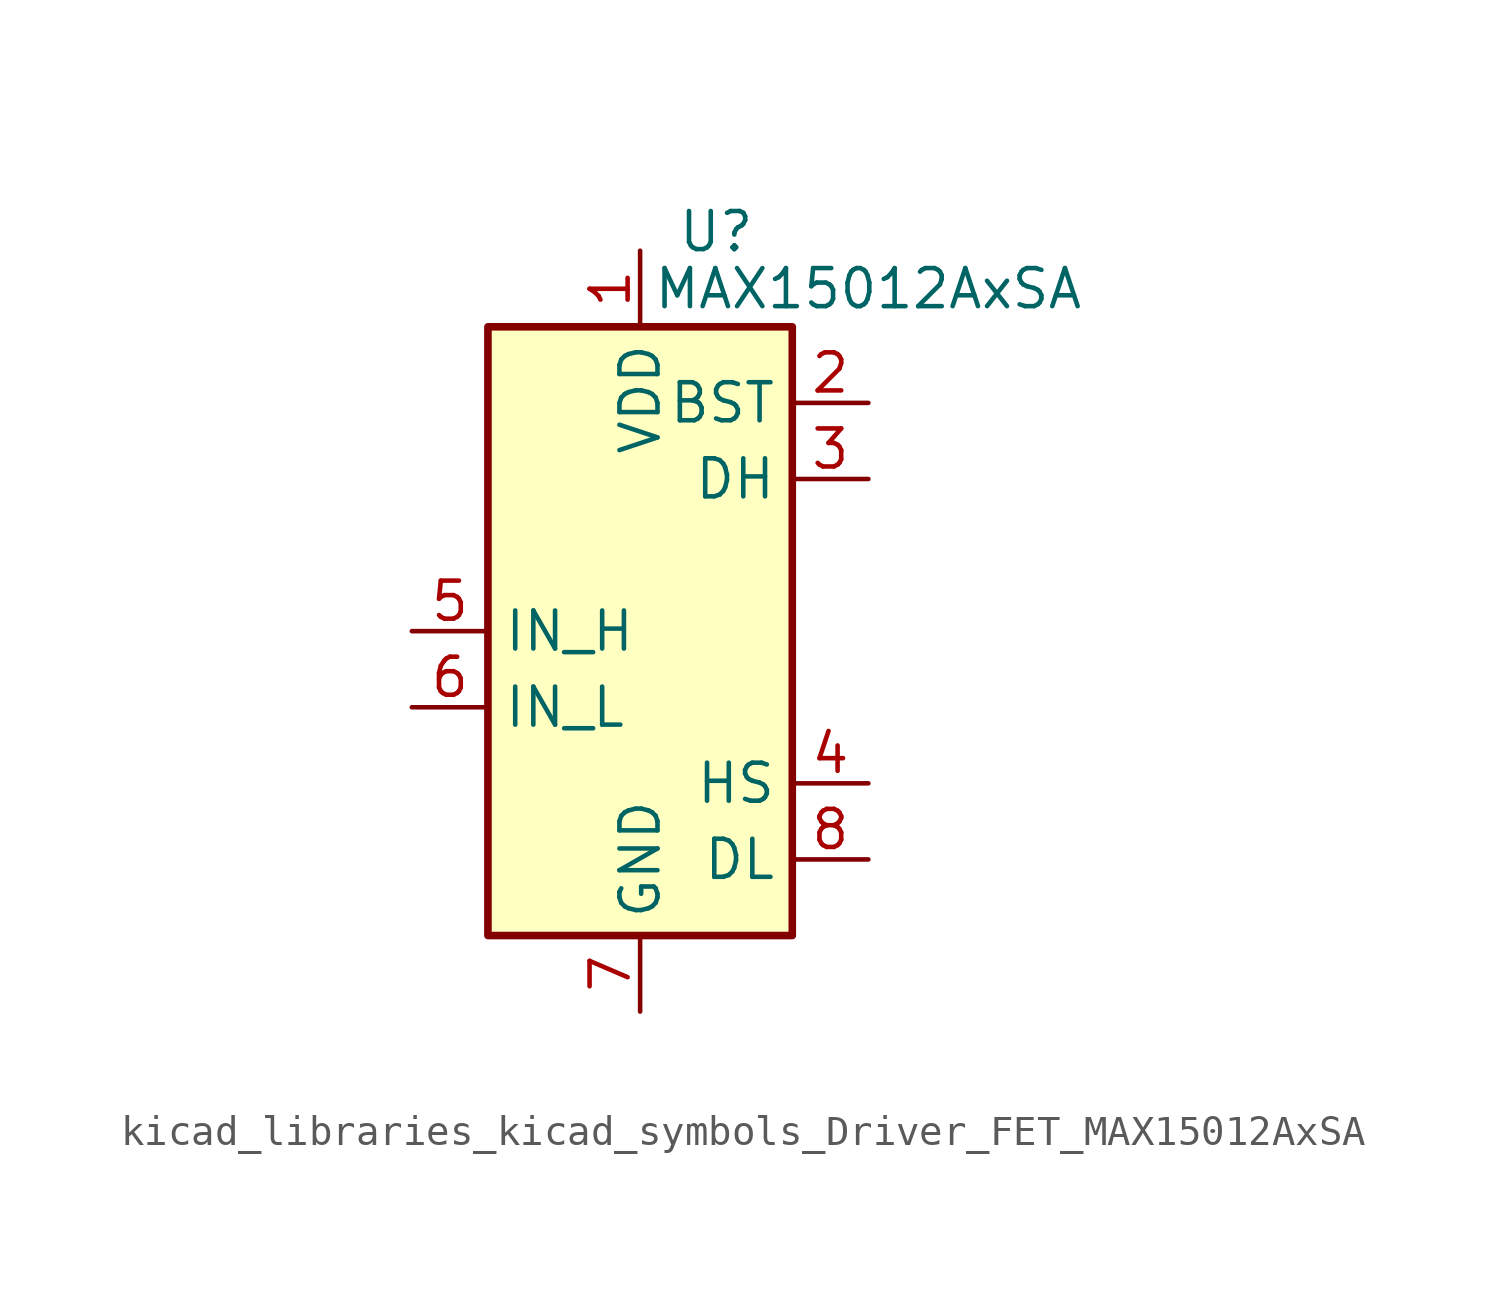
<source format=kicad_sym>
(kicad_symbol_lib
  (version 20220914)
  (generator kicad_symbol_editor)
  (symbol "kicad_libraries_kicad_symbols_Driver_FET_MAX15012AxSA"
    (property "Reference" "U"
      (at 2.54 13.335 0)
      (effects (font (size 1.27 1.27))))
    (property "Value" "MAX15012AxSA"
      (at 7.62 11.43 0)
      (effects (font (size 1.27 1.27))))
    (symbol "kicad_libraries_kicad_symbols_Driver_FET_MAX15012AxSA_0_1"
      (rectangle (start -5.08 -10.16) (end 5.08 10.16) (stroke (width 0.254) (type default)) (fill (type background))))
    (symbol "kicad_libraries_kicad_symbols_Driver_FET_MAX15012AxSA_1_1"
      (pin power_in line (at 0 12.7 270) (length 2.54) (name "VDD" (effects (font (size 1.27 1.27)))) (number "1" (effects (font (size 1.27 1.27)))))
      (pin power_in line (at 7.62 7.62 180) (length 2.54) (name "BST" (effects (font (size 1.27 1.27)))) (number "2" (effects (font (size 1.27 1.27)))))
      (pin output line (at 7.62 5.08 180) (length 2.54) (name "DH" (effects (font (size 1.27 1.27)))) (number "3" (effects (font (size 1.27 1.27)))))
      (pin passive line (at 7.62 -5.08 180) (length 2.54) (name "HS" (effects (font (size 1.27 1.27)))) (number "4" (effects (font (size 1.27 1.27)))))
      (pin input line (at -7.62 0 0) (length 2.54) (name "IN_H" (effects (font (size 1.27 1.27)))) (number "5" (effects (font (size 1.27 1.27)))))
      (pin input line (at -7.62 -2.54 0) (length 2.54) (name "IN_L" (effects (font (size 1.27 1.27)))) (number "6" (effects (font (size 1.27 1.27)))))
      (pin power_in line (at 0 -12.7 90) (length 2.54) (name "GND" (effects (font (size 1.27 1.27)))) (number "7" (effects (font (size 1.27 1.27)))))
      (pin output line (at 7.62 -7.62 180) (length 2.54) (name "DL" (effects (font (size 1.27 1.27)))) (number "8" (effects (font (size 1.27 1.27))))))))
</source>
